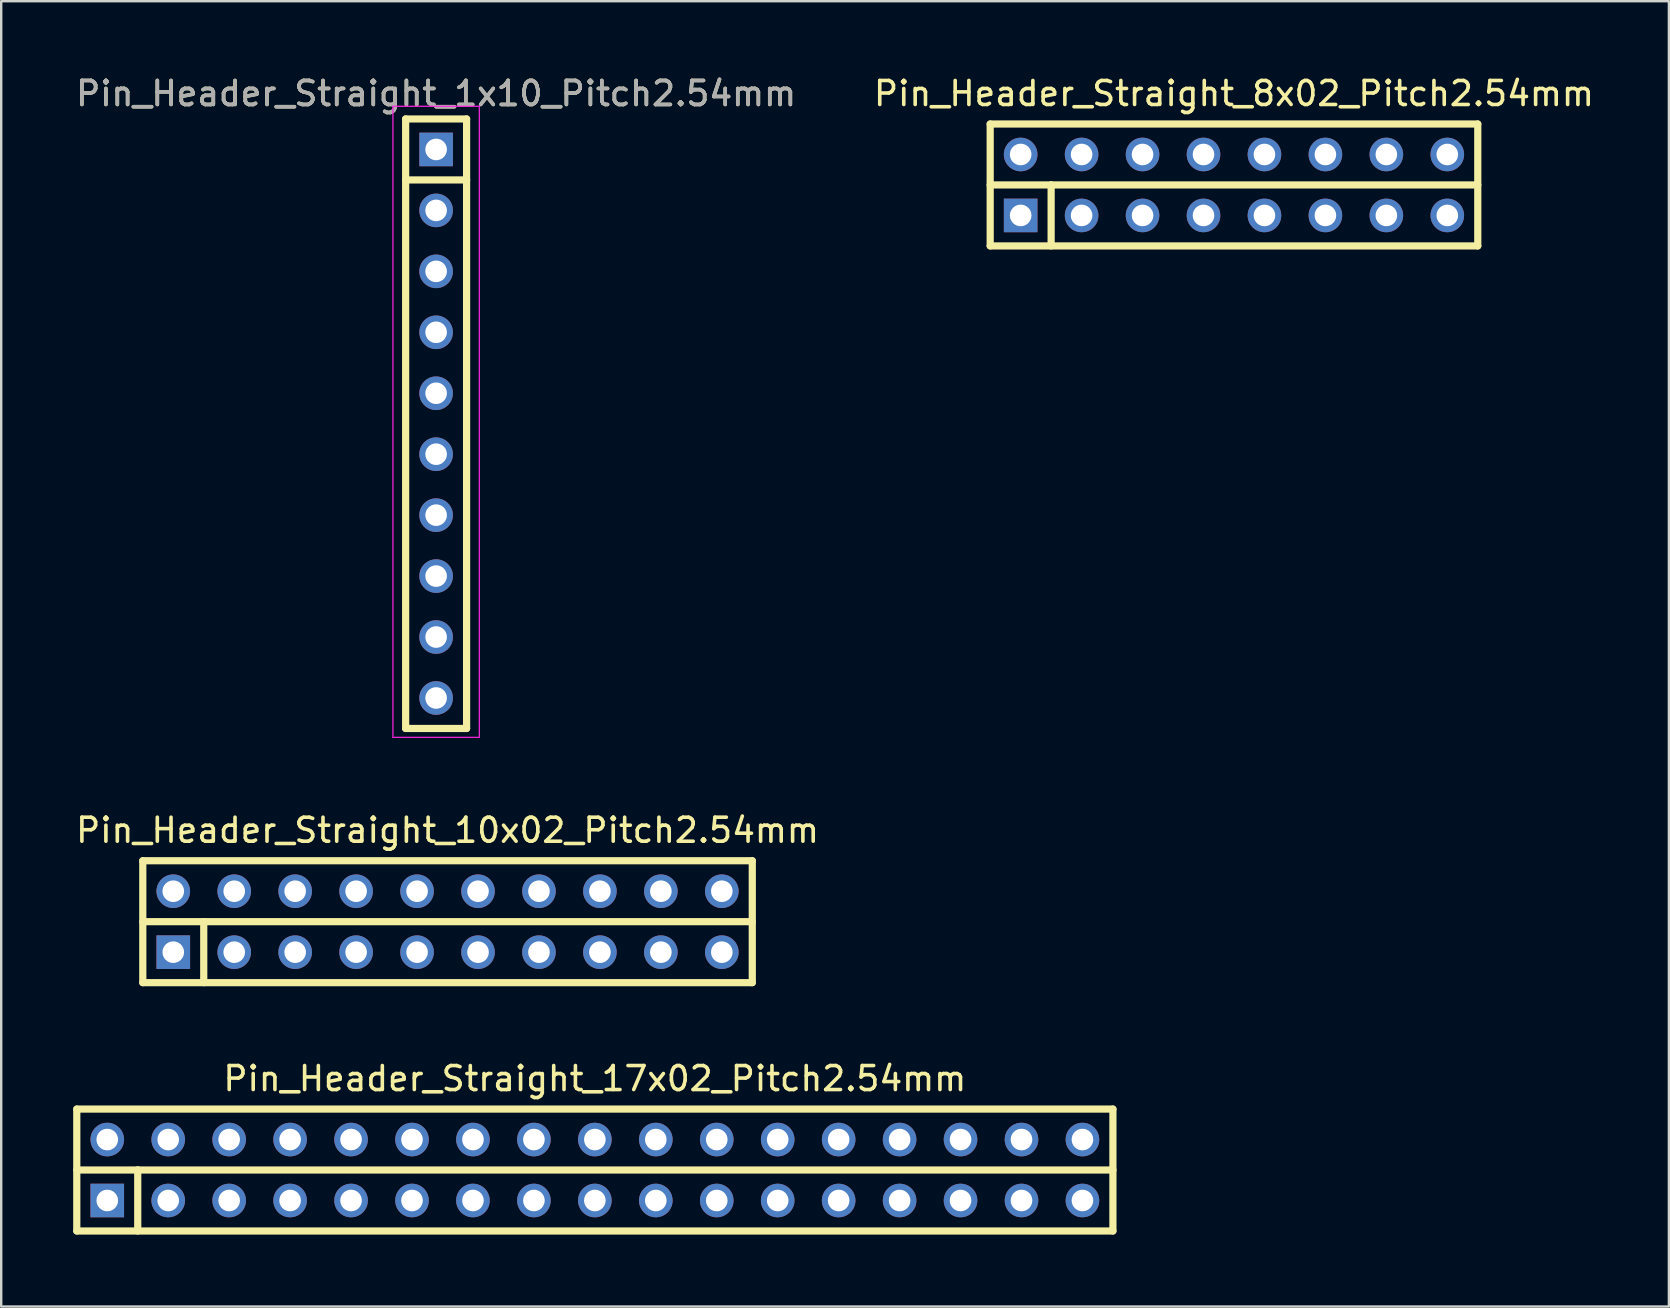
<source format=kicad_pcb>
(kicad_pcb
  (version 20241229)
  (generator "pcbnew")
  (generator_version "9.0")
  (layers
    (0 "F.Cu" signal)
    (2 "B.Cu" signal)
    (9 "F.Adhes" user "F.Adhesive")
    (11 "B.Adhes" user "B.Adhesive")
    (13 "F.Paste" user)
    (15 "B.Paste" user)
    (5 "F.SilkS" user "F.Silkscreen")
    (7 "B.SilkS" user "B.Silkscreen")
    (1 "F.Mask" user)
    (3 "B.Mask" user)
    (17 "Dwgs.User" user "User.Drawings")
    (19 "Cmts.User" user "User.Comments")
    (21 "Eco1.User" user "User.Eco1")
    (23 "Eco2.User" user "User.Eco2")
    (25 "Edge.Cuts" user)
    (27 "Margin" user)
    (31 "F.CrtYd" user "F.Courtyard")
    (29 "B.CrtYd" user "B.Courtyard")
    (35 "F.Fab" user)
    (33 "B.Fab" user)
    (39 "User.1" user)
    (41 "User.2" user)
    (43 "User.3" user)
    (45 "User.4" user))
  (footprint "Pin_Header_Straight_8x02_Pitch2.54mm"
    (layer "F.Cu")
    (at 48.375 4.658)
    (property "Reference" "Pin_Header_Straight_8x02_Pitch2.54mm" (at 0 -3.81 0) (layer "F.SilkS") (effects (font (size 1 1) (thickness 0.15))))
    (attr through_hole)
    (fp_line (start -10.16 -2.54) (end -10.16 2.54) (stroke (width 0.3) (type solid)) (layer "F.SilkS"))
    (fp_line (start -10.16 0) (end -7.62 0) (stroke (width 0.3) (type solid)) (layer "F.SilkS"))
    (fp_line (start -10.16 2.54) (end 10.16 2.54) (stroke (width 0.3) (type solid)) (layer "F.SilkS"))
    (fp_line (start -7.62 0) (end -7.62 2.54) (stroke (width 0.3) (type solid)) (layer "F.SilkS"))
    (fp_line (start -7.62 0) (end 10.16 0) (stroke (width 0.3) (type solid)) (layer "F.SilkS"))
    (fp_line (start 10.16 -2.54) (end -10.16 -2.54) (stroke (width 0.3) (type solid)) (layer "F.SilkS"))
    (fp_line (start 10.16 2.54) (end 10.16 -2.54) (stroke (width 0.3) (type solid)) (layer "F.SilkS"))
    (pad "1" thru_hole rect (at -8.89 1.27) (size 1.4 1.4) (drill 0.9) (layers "*.Cu" "*.Mask"))
    (pad "2" thru_hole circle (at -8.89 -1.27) (size 1.4 1.4) (drill 0.9) (layers "*.Cu" "*.Mask"))
    (pad "3" thru_hole circle (at -6.35 1.27) (size 1.4 1.4) (drill 0.9) (layers "*.Cu" "*.Mask"))
    (pad "4" thru_hole circle (at -6.35 -1.27) (size 1.4 1.4) (drill 0.9) (layers "*.Cu" "*.Mask"))
    (pad "5" thru_hole circle (at -3.81 1.27) (size 1.4 1.4) (drill 0.9) (layers "*.Cu" "*.Mask"))
    (pad "6" thru_hole circle (at -3.81 -1.27) (size 1.4 1.4) (drill 0.9) (layers "*.Cu" "*.Mask"))
    (pad "7" thru_hole circle (at -1.27 1.27) (size 1.4 1.4) (drill 0.9) (layers "*.Cu" "*.Mask"))
    (pad "8" thru_hole circle (at -1.27 -1.27) (size 1.4 1.4) (drill 0.9) (layers "*.Cu" "*.Mask"))
    (pad "9" thru_hole circle (at 1.27 1.27) (size 1.4 1.4) (drill 0.9) (layers "*.Cu" "*.Mask"))
    (pad "10" thru_hole circle (at 1.27 -1.27) (size 1.4 1.4) (drill 0.9) (layers "*.Cu" "*.Mask"))
    (pad "11" thru_hole circle (at 3.81 1.27) (size 1.4 1.4) (drill 0.9) (layers "*.Cu" "*.Mask"))
    (pad "12" thru_hole circle (at 3.81 -1.27) (size 1.4 1.4) (drill 0.9) (layers "*.Cu" "*.Mask"))
    (pad "13" thru_hole circle (at 6.35 1.27) (size 1.4 1.4) (drill 0.9) (layers "*.Cu" "*.Mask"))
    (pad "14" thru_hole circle (at 6.35 -1.27) (size 1.4 1.4) (drill 0.9) (layers "*.Cu" "*.Mask"))
    (pad "15" thru_hole circle (at 8.89 1.27) (size 1.4 1.4) (drill 0.9) (layers "*.Cu" "*.Mask"))
    (pad "16" thru_hole circle (at 8.89 -1.27) (size 1.4 1.4) (drill 0.9) (layers "*.Cu" "*.Mask")))
  (footprint "Pin_Header_Straight_17x02_Pitch2.54mm"
    (layer "F.Cu")
    (at 21.74 45.71)
    (property "Reference" "Pin_Header_Straight_17x02_Pitch2.54mm" (at 0 -3.81 0) (layer "F.SilkS") (effects (font (size 1 1) (thickness 0.15))))
    (attr through_hole)
    (fp_line (start -21.59 -2.54) (end -21.59 2.54) (stroke (width 0.3) (type solid)) (layer "F.SilkS"))
    (fp_line (start -21.59 0) (end -19.05 0) (stroke (width 0.3) (type solid)) (layer "F.SilkS"))
    (fp_line (start -21.59 2.54) (end 21.59 2.54) (stroke (width 0.3) (type solid)) (layer "F.SilkS"))
    (fp_line (start -19.05 0) (end -19.05 2.54) (stroke (width 0.3) (type solid)) (layer "F.SilkS"))
    (fp_line (start -19.05 0) (end 21.59 0) (stroke (width 0.3) (type solid)) (layer "F.SilkS"))
    (fp_line (start 21.59 -2.54) (end -21.59 -2.54) (stroke (width 0.3) (type solid)) (layer "F.SilkS"))
    (fp_line (start 21.59 2.54) (end 21.59 -2.54) (stroke (width 0.3) (type solid)) (layer "F.SilkS"))
    (pad "1" thru_hole rect (at -20.32 1.27) (size 1.4 1.4) (drill 0.9) (layers "*.Cu" "*.Mask"))
    (pad "2" thru_hole circle (at -20.32 -1.27) (size 1.4 1.4) (drill 0.9) (layers "*.Cu" "*.Mask"))
    (pad "3" thru_hole circle (at -17.78 1.27) (size 1.4 1.4) (drill 0.9) (layers "*.Cu" "*.Mask"))
    (pad "4" thru_hole circle (at -17.78 -1.27) (size 1.4 1.4) (drill 0.9) (layers "*.Cu" "*.Mask"))
    (pad "5" thru_hole circle (at -15.24 1.27) (size 1.4 1.4) (drill 0.9) (layers "*.Cu" "*.Mask"))
    (pad "6" thru_hole circle (at -15.24 -1.27) (size 1.4 1.4) (drill 0.9) (layers "*.Cu" "*.Mask"))
    (pad "7" thru_hole circle (at -12.7 1.27) (size 1.4 1.4) (drill 0.9) (layers "*.Cu" "*.Mask"))
    (pad "8" thru_hole circle (at -12.7 -1.27) (size 1.4 1.4) (drill 0.9) (layers "*.Cu" "*.Mask"))
    (pad "9" thru_hole circle (at -10.16 1.27) (size 1.4 1.4) (drill 0.9) (layers "*.Cu" "*.Mask"))
    (pad "10" thru_hole circle (at -10.16 -1.27) (size 1.4 1.4) (drill 0.9) (layers "*.Cu" "*.Mask"))
    (pad "11" thru_hole circle (at -7.62 1.27) (size 1.4 1.4) (drill 0.9) (layers "*.Cu" "*.Mask"))
    (pad "12" thru_hole circle (at -7.62 -1.27) (size 1.4 1.4) (drill 0.9) (layers "*.Cu" "*.Mask"))
    (pad "13" thru_hole circle (at -5.08 1.27) (size 1.4 1.4) (drill 0.9) (layers "*.Cu" "*.Mask"))
    (pad "14" thru_hole circle (at -5.08 -1.27) (size 1.4 1.4) (drill 0.9) (layers "*.Cu" "*.Mask"))
    (pad "15" thru_hole circle (at -2.54 1.27) (size 1.4 1.4) (drill 0.9) (layers "*.Cu" "*.Mask"))
    (pad "16" thru_hole circle (at -2.54 -1.27) (size 1.4 1.4) (drill 0.9) (layers "*.Cu" "*.Mask"))
    (pad "17" thru_hole circle (at 0 1.27) (size 1.4 1.4) (drill 0.9) (layers "*.Cu" "*.Mask"))
    (pad "18" thru_hole circle (at 0 -1.27) (size 1.4 1.4) (drill 0.9) (layers "*.Cu" "*.Mask"))
    (pad "19" thru_hole circle (at 2.54 1.27) (size 1.4 1.4) (drill 0.9) (layers "*.Cu" "*.Mask"))
    (pad "20" thru_hole circle (at 2.54 -1.27) (size 1.4 1.4) (drill 0.9) (layers "*.Cu" "*.Mask"))
    (pad "21" thru_hole circle (at 5.08 1.27) (size 1.4 1.4) (drill 0.9) (layers "*.Cu" "*.Mask"))
    (pad "22" thru_hole circle (at 5.08 -1.27) (size 1.4 1.4) (drill 0.9) (layers "*.Cu" "*.Mask"))
    (pad "23" thru_hole circle (at 7.62 1.27) (size 1.4 1.4) (drill 0.9) (layers "*.Cu" "*.Mask"))
    (pad "24" thru_hole circle (at 7.62 -1.27) (size 1.4 1.4) (drill 0.9) (layers "*.Cu" "*.Mask"))
    (pad "25" thru_hole circle (at 10.16 1.27) (size 1.4 1.4) (drill 0.9) (layers "*.Cu" "*.Mask"))
    (pad "26" thru_hole circle (at 10.16 -1.27) (size 1.4 1.4) (drill 0.9) (layers "*.Cu" "*.Mask"))
    (pad "27" thru_hole circle (at 12.7 1.27) (size 1.4 1.4) (drill 0.9) (layers "*.Cu" "*.Mask"))
    (pad "28" thru_hole circle (at 12.7 -1.27) (size 1.4 1.4) (drill 0.9) (layers "*.Cu" "*.Mask"))
    (pad "29" thru_hole circle (at 15.24 1.27) (size 1.4 1.4) (drill 0.9) (layers "*.Cu" "*.Mask"))
    (pad "30" thru_hole circle (at 15.24 -1.27) (size 1.4 1.4) (drill 0.9) (layers "*.Cu" "*.Mask"))
    (pad "31" thru_hole circle (at 17.78 1.27) (size 1.4 1.4) (drill 0.9) (layers "*.Cu" "*.Mask"))
    (pad "32" thru_hole circle (at 17.78 -1.27) (size 1.4 1.4) (drill 0.9) (layers "*.Cu" "*.Mask"))
    (pad "33" thru_hole circle (at 20.32 1.27) (size 1.4 1.4) (drill 0.9) (layers "*.Cu" "*.Mask"))
    (pad "34" thru_hole circle (at 20.32 -1.27) (size 1.4 1.4) (drill 0.9) (layers "*.Cu" "*.Mask")))
  (footprint "Pin_Header_Straight_1x10_Pitch2.54mm"
    (layer "F.Cu")
    (at 15.125 3.178)
    (property "Reference" "Pin_Header_Straight_1x10_Pitch2.54mm" (at 0 -2.33 0) (layer "F.SilkS") (effects (font (size 1 1) (thickness 0.15))))
    (attr through_hole)
    (fp_line (start -1.27 -1.27) (end -1.27 24.13) (stroke (width 0.3) (type solid)) (layer "F.SilkS"))
    (fp_line (start -1.27 1.27) (end 1.27 1.27) (stroke (width 0.3) (type solid)) (layer "F.SilkS"))
    (fp_line (start -1.27 24.13) (end 1.27 24.13) (stroke (width 0.3) (type solid)) (layer "F.SilkS"))
    (fp_line (start 1.27 -1.27) (end -1.27 -1.27) (stroke (width 0.3) (type solid)) (layer "F.SilkS"))
    (fp_line (start 1.27 24.13) (end 1.27 -1.27) (stroke (width 0.3) (type solid)) (layer "F.SilkS"))
    (fp_line (start -1.8 -1.8) (end -1.8 24.5) (stroke (width 0.05) (type solid)) (layer "F.CrtYd"))
    (fp_line (start -1.8 24.5) (end 1.8 24.5) (stroke (width 0.05) (type solid)) (layer "F.CrtYd"))
    (fp_line (start 1.8 -1.8) (end -1.8 -1.8) (stroke (width 0.05) (type solid)) (layer "F.CrtYd"))
    (fp_line (start 1.8 24.5) (end 1.8 -1.8) (stroke (width 0.05) (type solid)) (layer "F.CrtYd"))
    (fp_text user "${REFERENCE}" (at 0 -2.33 0) (layer "F.Fab") (effects (font (size 1 1) (thickness 0.15))))
    (pad "1" thru_hole rect (at 0 0) (size 1.4 1.4) (drill 0.9) (layers "*.Cu" "*.Mask"))
    (pad "2" thru_hole oval (at 0 2.54) (size 1.4 1.4) (drill 0.9) (layers "*.Cu" "*.Mask"))
    (pad "3" thru_hole oval (at 0 5.08) (size 1.4 1.4) (drill 0.9) (layers "*.Cu" "*.Mask"))
    (pad "4" thru_hole oval (at 0 7.62) (size 1.4 1.4) (drill 0.9) (layers "*.Cu" "*.Mask"))
    (pad "5" thru_hole oval (at 0 10.16) (size 1.4 1.4) (drill 0.9) (layers "*.Cu" "*.Mask"))
    (pad "6" thru_hole oval (at 0 12.7) (size 1.4 1.4) (drill 0.9) (layers "*.Cu" "*.Mask"))
    (pad "7" thru_hole oval (at 0 15.24) (size 1.4 1.4) (drill 0.9) (layers "*.Cu" "*.Mask"))
    (pad "8" thru_hole oval (at 0 17.78) (size 1.4 1.4) (drill 0.9) (layers "*.Cu" "*.Mask"))
    (pad "9" thru_hole oval (at 0 20.32) (size 1.4 1.4) (drill 0.9) (layers "*.Cu" "*.Mask"))
    (pad "10" thru_hole oval (at 0 22.86) (size 1.4 1.4) (drill 0.9) (layers "*.Cu" "*.Mask")))
  (footprint "Pin_Header_Straight_10x02_Pitch2.54mm"
    (layer "F.Cu")
    (at 15.601 35.361)
    (property "Reference" "Pin_Header_Straight_10x02_Pitch2.54mm" (at 0 -3.81 0) (layer "F.SilkS") (effects (font (size 1 1) (thickness 0.15))))
    (attr through_hole)
    (fp_line (start -12.7 -2.54) (end -12.7 2.54) (stroke (width 0.3) (type solid)) (layer "F.SilkS"))
    (fp_line (start -12.7 0) (end -10.16 0) (stroke (width 0.3) (type solid)) (layer "F.SilkS"))
    (fp_line (start -12.7 2.54) (end 12.7 2.54) (stroke (width 0.3) (type solid)) (layer "F.SilkS"))
    (fp_line (start -10.16 0) (end -10.16 2.54) (stroke (width 0.3) (type solid)) (layer "F.SilkS"))
    (fp_line (start -10.16 0) (end 12.7 0) (stroke (width 0.3) (type solid)) (layer "F.SilkS"))
    (fp_line (start 12.7 -2.54) (end -12.7 -2.54) (stroke (width 0.3) (type solid)) (layer "F.SilkS"))
    (fp_line (start 12.7 2.54) (end 12.7 -2.54) (stroke (width 0.3) (type solid)) (layer "F.SilkS"))
    (pad "1" thru_hole rect (at -11.43 1.27) (size 1.4 1.4) (drill 0.9) (layers "*.Cu" "*.Mask"))
    (pad "2" thru_hole circle (at -11.43 -1.27) (size 1.4 1.4) (drill 0.9) (layers "*.Cu" "*.Mask"))
    (pad "3" thru_hole circle (at -8.89 1.27) (size 1.4 1.4) (drill 0.9) (layers "*.Cu" "*.Mask"))
    (pad "4" thru_hole circle (at -8.89 -1.27) (size 1.4 1.4) (drill 0.9) (layers "*.Cu" "*.Mask"))
    (pad "5" thru_hole circle (at -6.35 1.27) (size 1.4 1.4) (drill 0.9) (layers "*.Cu" "*.Mask"))
    (pad "6" thru_hole circle (at -6.35 -1.27) (size 1.4 1.4) (drill 0.9) (layers "*.Cu" "*.Mask"))
    (pad "7" thru_hole circle (at -3.81 1.27) (size 1.4 1.4) (drill 0.9) (layers "*.Cu" "*.Mask"))
    (pad "8" thru_hole circle (at -3.81 -1.27) (size 1.4 1.4) (drill 0.9) (layers "*.Cu" "*.Mask"))
    (pad "9" thru_hole circle (at -1.27 1.27) (size 1.4 1.4) (drill 0.9) (layers "*.Cu" "*.Mask"))
    (pad "10" thru_hole circle (at -1.27 -1.27) (size 1.4 1.4) (drill 0.9) (layers "*.Cu" "*.Mask"))
    (pad "11" thru_hole circle (at 1.27 1.27) (size 1.4 1.4) (drill 0.9) (layers "*.Cu" "*.Mask"))
    (pad "12" thru_hole circle (at 1.27 -1.27) (size 1.4 1.4) (drill 0.9) (layers "*.Cu" "*.Mask"))
    (pad "13" thru_hole circle (at 3.81 1.27) (size 1.4 1.4) (drill 0.9) (layers "*.Cu" "*.Mask"))
    (pad "14" thru_hole circle (at 3.81 -1.27) (size 1.4 1.4) (drill 0.9) (layers "*.Cu" "*.Mask"))
    (pad "15" thru_hole circle (at 6.35 1.27) (size 1.4 1.4) (drill 0.9) (layers "*.Cu" "*.Mask"))
    (pad "16" thru_hole circle (at 6.35 -1.27) (size 1.4 1.4) (drill 0.9) (layers "*.Cu" "*.Mask"))
    (pad "17" thru_hole circle (at 8.89 1.27) (size 1.4 1.4) (drill 0.9) (layers "*.Cu" "*.Mask"))
    (pad "18" thru_hole circle (at 8.89 -1.27) (size 1.4 1.4) (drill 0.9) (layers "*.Cu" "*.Mask"))
    (pad "19" thru_hole circle (at 11.43 1.27) (size 1.4 1.4) (drill 0.9) (layers "*.Cu" "*.Mask"))
    (pad "20" thru_hole circle (at 11.43 -1.27) (size 1.4 1.4) (drill 0.9) (layers "*.Cu" "*.Mask")))
  (gr_rect
    (start -3 -3)
    (end 66.5 51.4)
    (stroke (width 0.1) (type default))
    (fill no)
    (layer "Edge.Cuts")))
</source>
